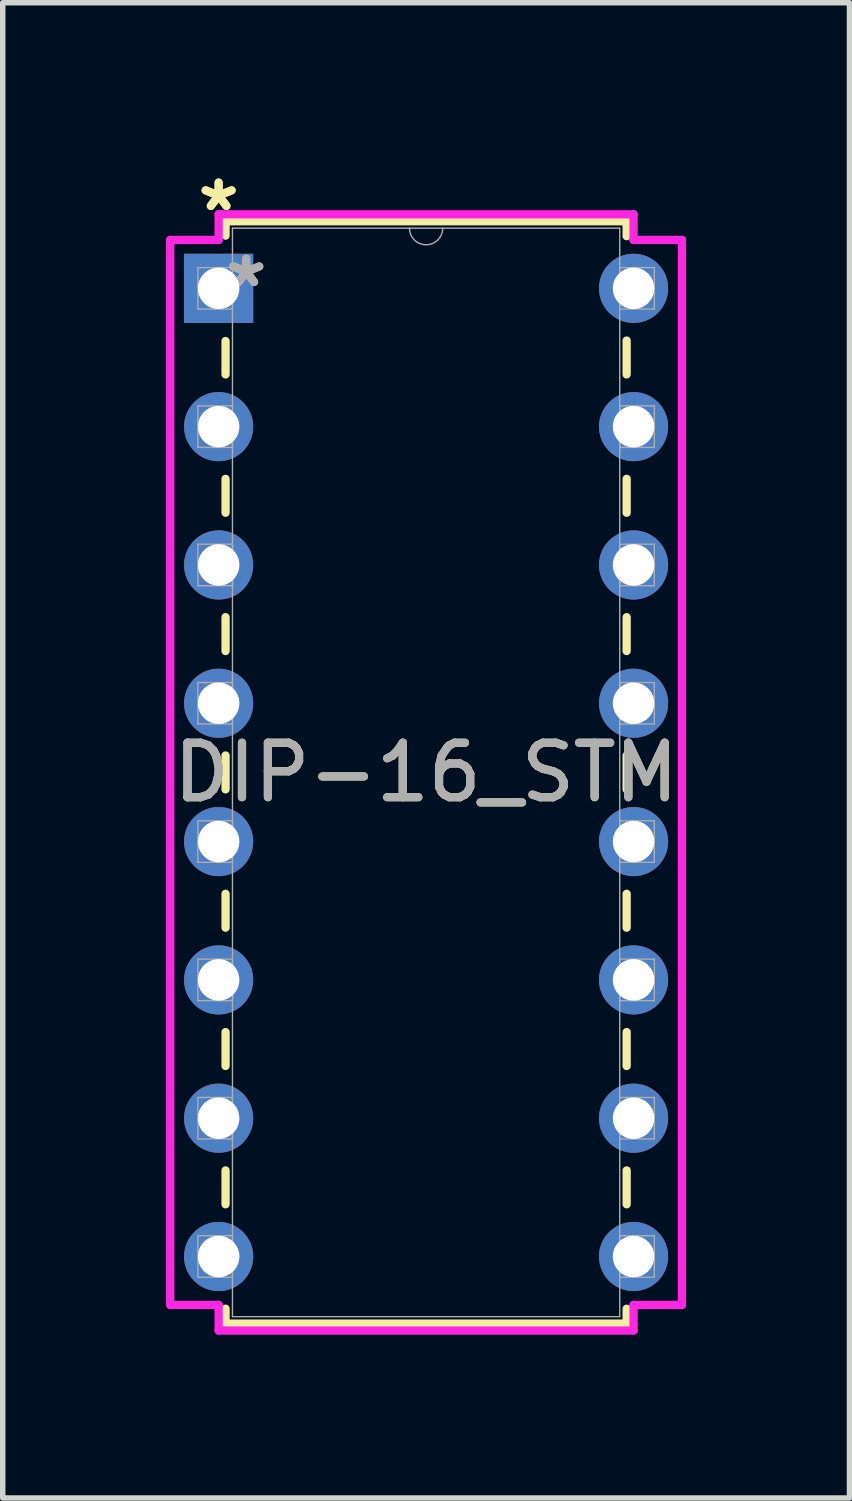
<source format=kicad_pcb>
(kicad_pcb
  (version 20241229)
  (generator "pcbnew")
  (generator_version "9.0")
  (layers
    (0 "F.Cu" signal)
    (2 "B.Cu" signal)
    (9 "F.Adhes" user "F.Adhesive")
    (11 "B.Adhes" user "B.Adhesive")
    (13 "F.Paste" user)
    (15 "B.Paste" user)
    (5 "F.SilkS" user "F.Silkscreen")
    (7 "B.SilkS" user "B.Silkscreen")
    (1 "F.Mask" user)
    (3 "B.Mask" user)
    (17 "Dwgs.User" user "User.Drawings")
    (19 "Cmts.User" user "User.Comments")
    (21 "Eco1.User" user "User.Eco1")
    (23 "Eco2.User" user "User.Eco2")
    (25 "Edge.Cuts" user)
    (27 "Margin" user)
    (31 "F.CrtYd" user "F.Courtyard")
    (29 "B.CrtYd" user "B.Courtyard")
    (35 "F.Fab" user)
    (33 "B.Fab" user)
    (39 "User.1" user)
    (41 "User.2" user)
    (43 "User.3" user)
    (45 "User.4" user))
  (footprint "DIP-16_STM"
    (layer "F.Cu")
    (at 0.965 2.245)
    (property "Reference" "DIP-16_STM" (at 3.81 8.89 0) (unlocked yes) (layer "F.SilkS") (effects (font (size 1 1) (thickness 0.15))))
    (attr through_hole)
    (fp_line (start 0.127 -1.232) (end 0.127 -0.968) (stroke (width 0.152) (type solid)) (layer "F.SilkS"))
    (fp_line (start 0.127 0.968) (end 0.127 1.581) (stroke (width 0.152) (type solid)) (layer "F.SilkS"))
    (fp_line (start 0.127 3.499) (end 0.127 4.121) (stroke (width 0.152) (type solid)) (layer "F.SilkS"))
    (fp_line (start 0.127 6.039) (end 0.127 6.661) (stroke (width 0.152) (type solid)) (layer "F.SilkS"))
    (fp_line (start 0.127 8.579) (end 0.127 9.201) (stroke (width 0.152) (type solid)) (layer "F.SilkS"))
    (fp_line (start 0.127 11.119) (end 0.127 11.741) (stroke (width 0.152) (type solid)) (layer "F.SilkS"))
    (fp_line (start 0.127 13.659) (end 0.127 14.281) (stroke (width 0.152) (type solid)) (layer "F.SilkS"))
    (fp_line (start 0.127 16.199) (end 0.127 16.821) (stroke (width 0.152) (type solid)) (layer "F.SilkS"))
    (fp_line (start 0.127 18.739) (end 0.127 19.012) (stroke (width 0.152) (type solid)) (layer "F.SilkS"))
    (fp_line (start 0.127 19.012) (end 7.493 19.012) (stroke (width 0.152) (type solid)) (layer "F.SilkS"))
    (fp_line (start 7.493 -1.232) (end 0.127 -1.232) (stroke (width 0.152) (type solid)) (layer "F.SilkS"))
    (fp_line (start 7.493 -0.959) (end 7.493 -1.232) (stroke (width 0.152) (type solid)) (layer "F.SilkS"))
    (fp_line (start 7.493 1.581) (end 7.493 0.959) (stroke (width 0.152) (type solid)) (layer "F.SilkS"))
    (fp_line (start 7.493 4.121) (end 7.493 3.499) (stroke (width 0.152) (type solid)) (layer "F.SilkS"))
    (fp_line (start 7.493 6.661) (end 7.493 6.039) (stroke (width 0.152) (type solid)) (layer "F.SilkS"))
    (fp_line (start 7.493 9.201) (end 7.493 8.579) (stroke (width 0.152) (type solid)) (layer "F.SilkS"))
    (fp_line (start 7.493 11.741) (end 7.493 11.119) (stroke (width 0.152) (type solid)) (layer "F.SilkS"))
    (fp_line (start 7.493 14.281) (end 7.493 13.659) (stroke (width 0.152) (type solid)) (layer "F.SilkS"))
    (fp_line (start 7.493 16.821) (end 7.493 16.199) (stroke (width 0.152) (type solid)) (layer "F.SilkS"))
    (fp_line (start 7.493 19.012) (end 7.493 18.739) (stroke (width 0.152) (type solid)) (layer "F.SilkS"))
    (fp_line (start -0.889 -0.889) (end 0 -0.889) (stroke (width 0.152) (type solid)) (layer "F.CrtYd"))
    (fp_line (start -0.889 18.669) (end -0.889 -0.889) (stroke (width 0.152) (type solid)) (layer "F.CrtYd"))
    (fp_line (start 0 -1.359) (end 7.62 -1.359) (stroke (width 0.152) (type solid)) (layer "F.CrtYd"))
    (fp_line (start 0 -0.889) (end 0 -1.359) (stroke (width 0.152) (type solid)) (layer "F.CrtYd"))
    (fp_line (start 0 18.669) (end -0.889 18.669) (stroke (width 0.152) (type solid)) (layer "F.CrtYd"))
    (fp_line (start 0 19.139) (end 0 18.669) (stroke (width 0.152) (type solid)) (layer "F.CrtYd"))
    (fp_line (start 7.62 -1.359) (end 7.62 -0.889) (stroke (width 0.152) (type solid)) (layer "F.CrtYd"))
    (fp_line (start 7.62 18.669) (end 7.62 19.139) (stroke (width 0.152) (type solid)) (layer "F.CrtYd"))
    (fp_line (start 7.62 19.139) (end 0 19.139) (stroke (width 0.152) (type solid)) (layer "F.CrtYd"))
    (fp_line (start 8.509 -0.889) (end 7.62 -0.889) (stroke (width 0.152) (type solid)) (layer "F.CrtYd"))
    (fp_line (start 8.509 -0.889) (end 8.509 18.669) (stroke (width 0.152) (type solid)) (layer "F.CrtYd"))
    (fp_line (start 8.509 18.669) (end 7.62 18.669) (stroke (width 0.152) (type solid)) (layer "F.CrtYd"))
    (fp_line (start -0.381 -0.381) (end -0.381 0.381) (stroke (width 0.025) (type solid)) (layer "F.Fab"))
    (fp_line (start -0.381 0.381) (end 0.254 0.381) (stroke (width 0.025) (type solid)) (layer "F.Fab"))
    (fp_line (start -0.381 2.159) (end -0.381 2.921) (stroke (width 0.025) (type solid)) (layer "F.Fab"))
    (fp_line (start -0.381 2.921) (end 0.254 2.921) (stroke (width 0.025) (type solid)) (layer "F.Fab"))
    (fp_line (start -0.381 4.699) (end -0.381 5.461) (stroke (width 0.025) (type solid)) (layer "F.Fab"))
    (fp_line (start -0.381 5.461) (end 0.254 5.461) (stroke (width 0.025) (type solid)) (layer "F.Fab"))
    (fp_line (start -0.381 7.239) (end -0.381 8.001) (stroke (width 0.025) (type solid)) (layer "F.Fab"))
    (fp_line (start -0.381 8.001) (end 0.254 8.001) (stroke (width 0.025) (type solid)) (layer "F.Fab"))
    (fp_line (start -0.381 9.779) (end -0.381 10.541) (stroke (width 0.025) (type solid)) (layer "F.Fab"))
    (fp_line (start -0.381 10.541) (end 0.254 10.541) (stroke (width 0.025) (type solid)) (layer "F.Fab"))
    (fp_line (start -0.381 12.319) (end -0.381 13.081) (stroke (width 0.025) (type solid)) (layer "F.Fab"))
    (fp_line (start -0.381 13.081) (end 0.254 13.081) (stroke (width 0.025) (type solid)) (layer "F.Fab"))
    (fp_line (start -0.381 14.859) (end -0.381 15.621) (stroke (width 0.025) (type solid)) (layer "F.Fab"))
    (fp_line (start -0.381 15.621) (end 0.254 15.621) (stroke (width 0.025) (type solid)) (layer "F.Fab"))
    (fp_line (start -0.381 17.399) (end -0.381 18.161) (stroke (width 0.025) (type solid)) (layer "F.Fab"))
    (fp_line (start -0.381 18.161) (end 0.254 18.161) (stroke (width 0.025) (type solid)) (layer "F.Fab"))
    (fp_line (start 0.254 -1.105) (end 0.254 18.885) (stroke (width 0.025) (type solid)) (layer "F.Fab"))
    (fp_line (start 0.254 -0.381) (end -0.381 -0.381) (stroke (width 0.025) (type solid)) (layer "F.Fab"))
    (fp_line (start 0.254 0.381) (end 0.254 -0.381) (stroke (width 0.025) (type solid)) (layer "F.Fab"))
    (fp_line (start 0.254 2.159) (end -0.381 2.159) (stroke (width 0.025) (type solid)) (layer "F.Fab"))
    (fp_line (start 0.254 2.921) (end 0.254 2.159) (stroke (width 0.025) (type solid)) (layer "F.Fab"))
    (fp_line (start 0.254 4.699) (end -0.381 4.699) (stroke (width 0.025) (type solid)) (layer "F.Fab"))
    (fp_line (start 0.254 5.461) (end 0.254 4.699) (stroke (width 0.025) (type solid)) (layer "F.Fab"))
    (fp_line (start 0.254 7.239) (end -0.381 7.239) (stroke (width 0.025) (type solid)) (layer "F.Fab"))
    (fp_line (start 0.254 8.001) (end 0.254 7.239) (stroke (width 0.025) (type solid)) (layer "F.Fab"))
    (fp_line (start 0.254 9.779) (end -0.381 9.779) (stroke (width 0.025) (type solid)) (layer "F.Fab"))
    (fp_line (start 0.254 10.541) (end 0.254 9.779) (stroke (width 0.025) (type solid)) (layer "F.Fab"))
    (fp_line (start 0.254 12.319) (end -0.381 12.319) (stroke (width 0.025) (type solid)) (layer "F.Fab"))
    (fp_line (start 0.254 13.081) (end 0.254 12.319) (stroke (width 0.025) (type solid)) (layer "F.Fab"))
    (fp_line (start 0.254 14.859) (end -0.381 14.859) (stroke (width 0.025) (type solid)) (layer "F.Fab"))
    (fp_line (start 0.254 15.621) (end 0.254 14.859) (stroke (width 0.025) (type solid)) (layer "F.Fab"))
    (fp_line (start 0.254 17.399) (end -0.381 17.399) (stroke (width 0.025) (type solid)) (layer "F.Fab"))
    (fp_line (start 0.254 18.161) (end 0.254 17.399) (stroke (width 0.025) (type solid)) (layer "F.Fab"))
    (fp_line (start 0.254 18.885) (end 7.366 18.885) (stroke (width 0.025) (type solid)) (layer "F.Fab"))
    (fp_line (start 7.366 -1.105) (end 0.254 -1.105) (stroke (width 0.025) (type solid)) (layer "F.Fab"))
    (fp_line (start 7.366 -0.381) (end 7.366 0.381) (stroke (width 0.025) (type solid)) (layer "F.Fab"))
    (fp_line (start 7.366 0.381) (end 8.001 0.381) (stroke (width 0.025) (type solid)) (layer "F.Fab"))
    (fp_line (start 7.366 2.159) (end 7.366 2.921) (stroke (width 0.025) (type solid)) (layer "F.Fab"))
    (fp_line (start 7.366 2.921) (end 8.001 2.921) (stroke (width 0.025) (type solid)) (layer "F.Fab"))
    (fp_line (start 7.366 4.699) (end 7.366 5.461) (stroke (width 0.025) (type solid)) (layer "F.Fab"))
    (fp_line (start 7.366 5.461) (end 8.001 5.461) (stroke (width 0.025) (type solid)) (layer "F.Fab"))
    (fp_line (start 7.366 7.239) (end 7.366 8.001) (stroke (width 0.025) (type solid)) (layer "F.Fab"))
    (fp_line (start 7.366 8.001) (end 8.001 8.001) (stroke (width 0.025) (type solid)) (layer "F.Fab"))
    (fp_line (start 7.366 9.779) (end 7.366 10.541) (stroke (width 0.025) (type solid)) (layer "F.Fab"))
    (fp_line (start 7.366 10.541) (end 8.001 10.541) (stroke (width 0.025) (type solid)) (layer "F.Fab"))
    (fp_line (start 7.366 12.319) (end 7.366 13.081) (stroke (width 0.025) (type solid)) (layer "F.Fab"))
    (fp_line (start 7.366 13.081) (end 8.001 13.081) (stroke (width 0.025) (type solid)) (layer "F.Fab"))
    (fp_line (start 7.366 14.859) (end 7.366 15.621) (stroke (width 0.025) (type solid)) (layer "F.Fab"))
    (fp_line (start 7.366 15.621) (end 8.001 15.621) (stroke (width 0.025) (type solid)) (layer "F.Fab"))
    (fp_line (start 7.366 17.399) (end 7.366 18.161) (stroke (width 0.025) (type solid)) (layer "F.Fab"))
    (fp_line (start 7.366 18.161) (end 8.001 18.161) (stroke (width 0.025) (type solid)) (layer "F.Fab"))
    (fp_line (start 7.366 18.885) (end 7.366 -1.105) (stroke (width 0.025) (type solid)) (layer "F.Fab"))
    (fp_line (start 8.001 -0.381) (end 7.366 -0.381) (stroke (width 0.025) (type solid)) (layer "F.Fab"))
    (fp_line (start 8.001 0.381) (end 8.001 -0.381) (stroke (width 0.025) (type solid)) (layer "F.Fab"))
    (fp_line (start 8.001 2.159) (end 7.366 2.159) (stroke (width 0.025) (type solid)) (layer "F.Fab"))
    (fp_line (start 8.001 2.921) (end 8.001 2.159) (stroke (width 0.025) (type solid)) (layer "F.Fab"))
    (fp_line (start 8.001 4.699) (end 7.366 4.699) (stroke (width 0.025) (type solid)) (layer "F.Fab"))
    (fp_line (start 8.001 5.461) (end 8.001 4.699) (stroke (width 0.025) (type solid)) (layer "F.Fab"))
    (fp_line (start 8.001 7.239) (end 7.366 7.239) (stroke (width 0.025) (type solid)) (layer "F.Fab"))
    (fp_line (start 8.001 8.001) (end 8.001 7.239) (stroke (width 0.025) (type solid)) (layer "F.Fab"))
    (fp_line (start 8.001 9.779) (end 7.366 9.779) (stroke (width 0.025) (type solid)) (layer "F.Fab"))
    (fp_line (start 8.001 10.541) (end 8.001 9.779) (stroke (width 0.025) (type solid)) (layer "F.Fab"))
    (fp_line (start 8.001 12.319) (end 7.366 12.319) (stroke (width 0.025) (type solid)) (layer "F.Fab"))
    (fp_line (start 8.001 13.081) (end 8.001 12.319) (stroke (width 0.025) (type solid)) (layer "F.Fab"))
    (fp_line (start 8.001 14.859) (end 7.366 14.859) (stroke (width 0.025) (type solid)) (layer "F.Fab"))
    (fp_line (start 8.001 15.621) (end 8.001 14.859) (stroke (width 0.025) (type solid)) (layer "F.Fab"))
    (fp_line (start 8.001 17.399) (end 7.366 17.399) (stroke (width 0.025) (type solid)) (layer "F.Fab"))
    (fp_line (start 8.001 18.161) (end 8.001 17.399) (stroke (width 0.025) (type solid)) (layer "F.Fab"))
    (fp_arc (start 4.1148 -1.1049) (mid 3.81 -0.8001) (end 3.5052 -1.1049) (stroke (width 0.0254) (type solid)) (layer "F.Fab"))
    (fp_text user "*" (at 0 -1.397 0) (unlocked yes) (layer "F.SilkS") (effects (font (size 1 1) (thickness 0.15))))
    (fp_text user "*" (at 0 -1.397 0) (layer "F.SilkS") (effects (font (size 1 1) (thickness 0.15))))
    (fp_text user "*" (at 0.508 0 0) (layer "F.Fab") (effects (font (size 1 1) (thickness 0.15))))
    (fp_text user "${REFERENCE}" (at 3.81 8.89 0) (unlocked yes) (layer "F.Fab") (effects (font (size 1 1) (thickness 0.15))))
    (fp_text user "*" (at 0.508 0 0) (unlocked yes) (layer "F.Fab") (effects (font (size 1 1) (thickness 0.15))))
    (pad "1" thru_hole rect (at 0 0) (size 1.27 1.27) (drill 0.762) (layers "*.Cu" "*.Mask"))
    (pad "2" thru_hole circle (at 0 2.54) (size 1.27 1.27) (drill 0.762) (layers "*.Cu" "*.Mask"))
    (pad "3" thru_hole circle (at 0 5.08) (size 1.27 1.27) (drill 0.762) (layers "*.Cu" "*.Mask"))
    (pad "4" thru_hole circle (at 0 7.62) (size 1.27 1.27) (drill 0.762) (layers "*.Cu" "*.Mask"))
    (pad "5" thru_hole circle (at 0 10.16) (size 1.27 1.27) (drill 0.762) (layers "*.Cu" "*.Mask"))
    (pad "6" thru_hole circle (at 0 12.7) (size 1.27 1.27) (drill 0.762) (layers "*.Cu" "*.Mask"))
    (pad "7" thru_hole circle (at 0 15.24) (size 1.27 1.27) (drill 0.762) (layers "*.Cu" "*.Mask"))
    (pad "8" thru_hole circle (at 0 17.78) (size 1.27 1.27) (drill 0.762) (layers "*.Cu" "*.Mask"))
    (pad "9" thru_hole circle (at 7.62 17.78) (size 1.27 1.27) (drill 0.762) (layers "*.Cu" "*.Mask"))
    (pad "10" thru_hole circle (at 7.62 15.24) (size 1.27 1.27) (drill 0.762) (layers "*.Cu" "*.Mask"))
    (pad "11" thru_hole circle (at 7.62 12.7) (size 1.27 1.27) (drill 0.762) (layers "*.Cu" "*.Mask"))
    (pad "12" thru_hole circle (at 7.62 10.16) (size 1.27 1.27) (drill 0.762) (layers "*.Cu" "*.Mask"))
    (pad "13" thru_hole circle (at 7.62 7.62) (size 1.27 1.27) (drill 0.762) (layers "*.Cu" "*.Mask"))
    (pad "14" thru_hole circle (at 7.62 5.08) (size 1.27 1.27) (drill 0.762) (layers "*.Cu" "*.Mask"))
    (pad "15" thru_hole circle (at 7.62 2.54) (size 1.27 1.27) (drill 0.762) (layers "*.Cu" "*.Mask"))
    (pad "16" thru_hole circle (at 7.62 0) (size 1.27 1.27) (drill 0.762) (layers "*.Cu" "*.Mask")))
  (gr_rect
    (start -3 -3)
    (end 12.55 24.46)
    (stroke (width 0.1) (type default))
    (fill no)
    (layer "Edge.Cuts")))
</source>
